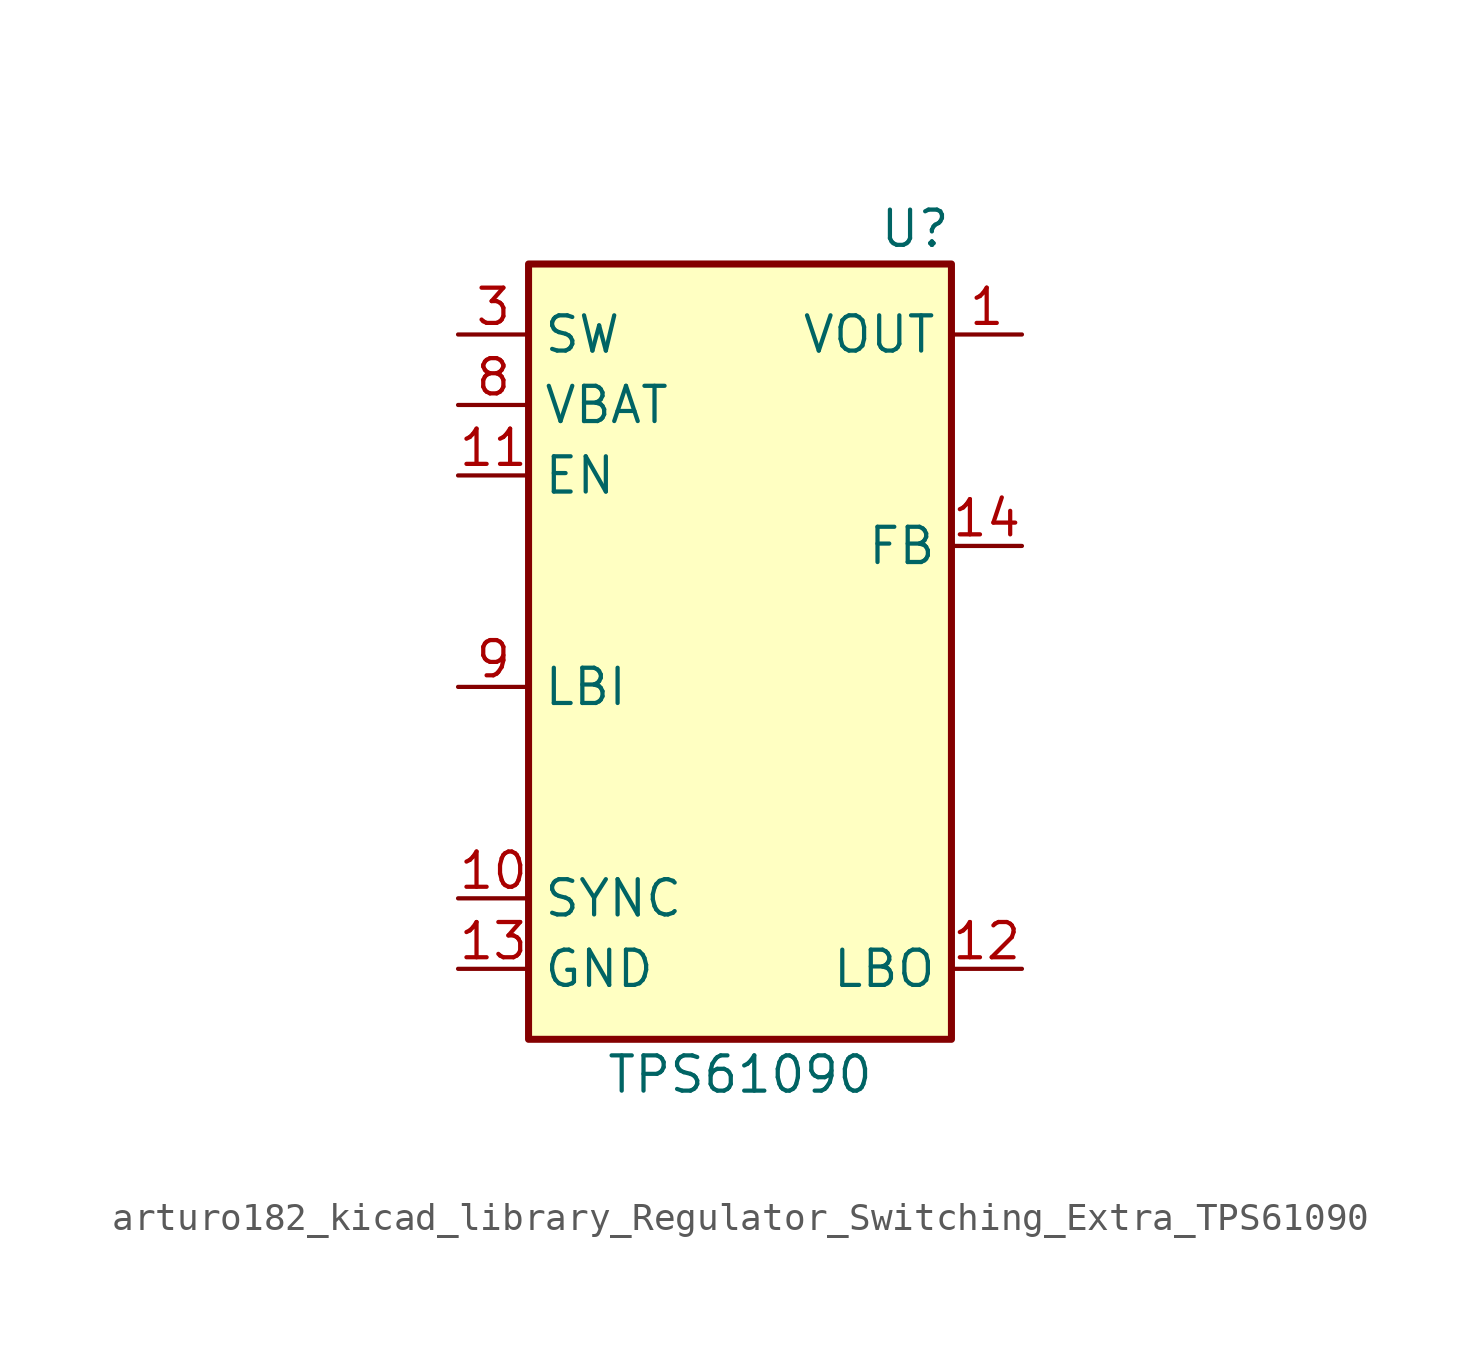
<source format=kicad_sym>
(kicad_symbol_lib
  (version 20220914)
  (generator kicad_symbol_editor)
  (symbol "Regulator_Switching_Extra:arturo182_kicad_library_Regulator_Switching_Extra_TPS61090"
    (property "Reference" "U"
      (at 7.62 16.51 0)
      (effects (font (size 1.27 1.27)) (justify right)))
    (property "Value" "TPS61090"
      (at 0 -13.97 0)
      (effects (font (size 1.27 1.27))))
    (symbol "arturo182_kicad_library_Regulator_Switching_Extra_TPS61090_0_0"
      (pin power_out line (at 10.16 12.7 180) (length 2.54) (name "VOUT" (effects (font (size 1.27 1.27)))) (number "1" (effects (font (size 1.27 1.27)))))
      (pin input line (at -10.16 -7.62 0) (length 2.54) (name "SYNC" (effects (font (size 1.27 1.27)))) (number "10" (effects (font (size 1.27 1.27)))))
      (pin input line (at -10.16 7.62 0) (length 2.54) (name "EN" (effects (font (size 1.27 1.27)))) (number "11" (effects (font (size 1.27 1.27)))))
      (pin open_collector line (at 10.16 -10.16 180) (length 2.54) (name "LBO" (effects (font (size 1.27 1.27)))) (number "12" (effects (font (size 1.27 1.27)))))
      (pin power_in line (at -10.16 -10.16 0) (length 2.54) (name "GND" (effects (font (size 1.27 1.27)))) (number "13" (effects (font (size 1.27 1.27)))))
      (pin input line (at 10.16 5.08 180) (length 2.54) (name "FB" (effects (font (size 1.27 1.27)))) (number "14" (effects (font (size 1.27 1.27)))))
      (pin passive line (at 10.16 12.7 180) (length 2.54) hide (name "VOUT" (effects (font (size 1.27 1.27)))) (number "15" (effects (font (size 1.27 1.27)))))
      (pin passive line (at 10.16 12.7 180) (length 2.54) hide (name "VOUT" (effects (font (size 1.27 1.27)))) (number "16" (effects (font (size 1.27 1.27)))))
      (pin passive line (at -10.16 -10.16 0) (length 2.54) hide (name "PAD" (effects (font (size 1.27 1.27)))) (number "17" (effects (font (size 1.27 1.27)))))
      (pin no_connect line (at 0 -5.08 180) (length 2.54) hide (name "NC" (effects (font (size 1.27 1.27)))) (number "2" (effects (font (size 1.27 1.27)))))
      (pin passive line (at -10.16 12.7 0) (length 2.54) (name "SW" (effects (font (size 1.27 1.27)))) (number "3" (effects (font (size 1.27 1.27)))))
      (pin passive line (at -10.16 12.7 0) (length 2.54) hide (name "SW" (effects (font (size 1.27 1.27)))) (number "4" (effects (font (size 1.27 1.27)))))
      (pin passive line (at -10.16 -10.16 0) (length 2.54) hide (name "PGND" (effects (font (size 1.27 1.27)))) (number "5" (effects (font (size 1.27 1.27)))))
      (pin passive line (at -10.16 -10.16 0) (length 2.54) hide (name "PGND" (effects (font (size 1.27 1.27)))) (number "6" (effects (font (size 1.27 1.27)))))
      (pin passive line (at -10.16 -10.16 0) (length 2.54) hide (name "PGND" (effects (font (size 1.27 1.27)))) (number "7" (effects (font (size 1.27 1.27)))))
      (pin power_in line (at -10.16 10.16 0) (length 2.54) (name "VBAT" (effects (font (size 1.27 1.27)))) (number "8" (effects (font (size 1.27 1.27)))))
      (pin input line (at -10.16 0 0) (length 2.54) (name "LBI" (effects (font (size 1.27 1.27)))) (number "9" (effects (font (size 1.27 1.27))))))
    (symbol "arturo182_kicad_library_Regulator_Switching_Extra_TPS61090_0_1"
      (rectangle (start -7.62 15.24) (end 7.62 -12.7) (stroke (width 0.254)) (fill (type background))))))
</source>
